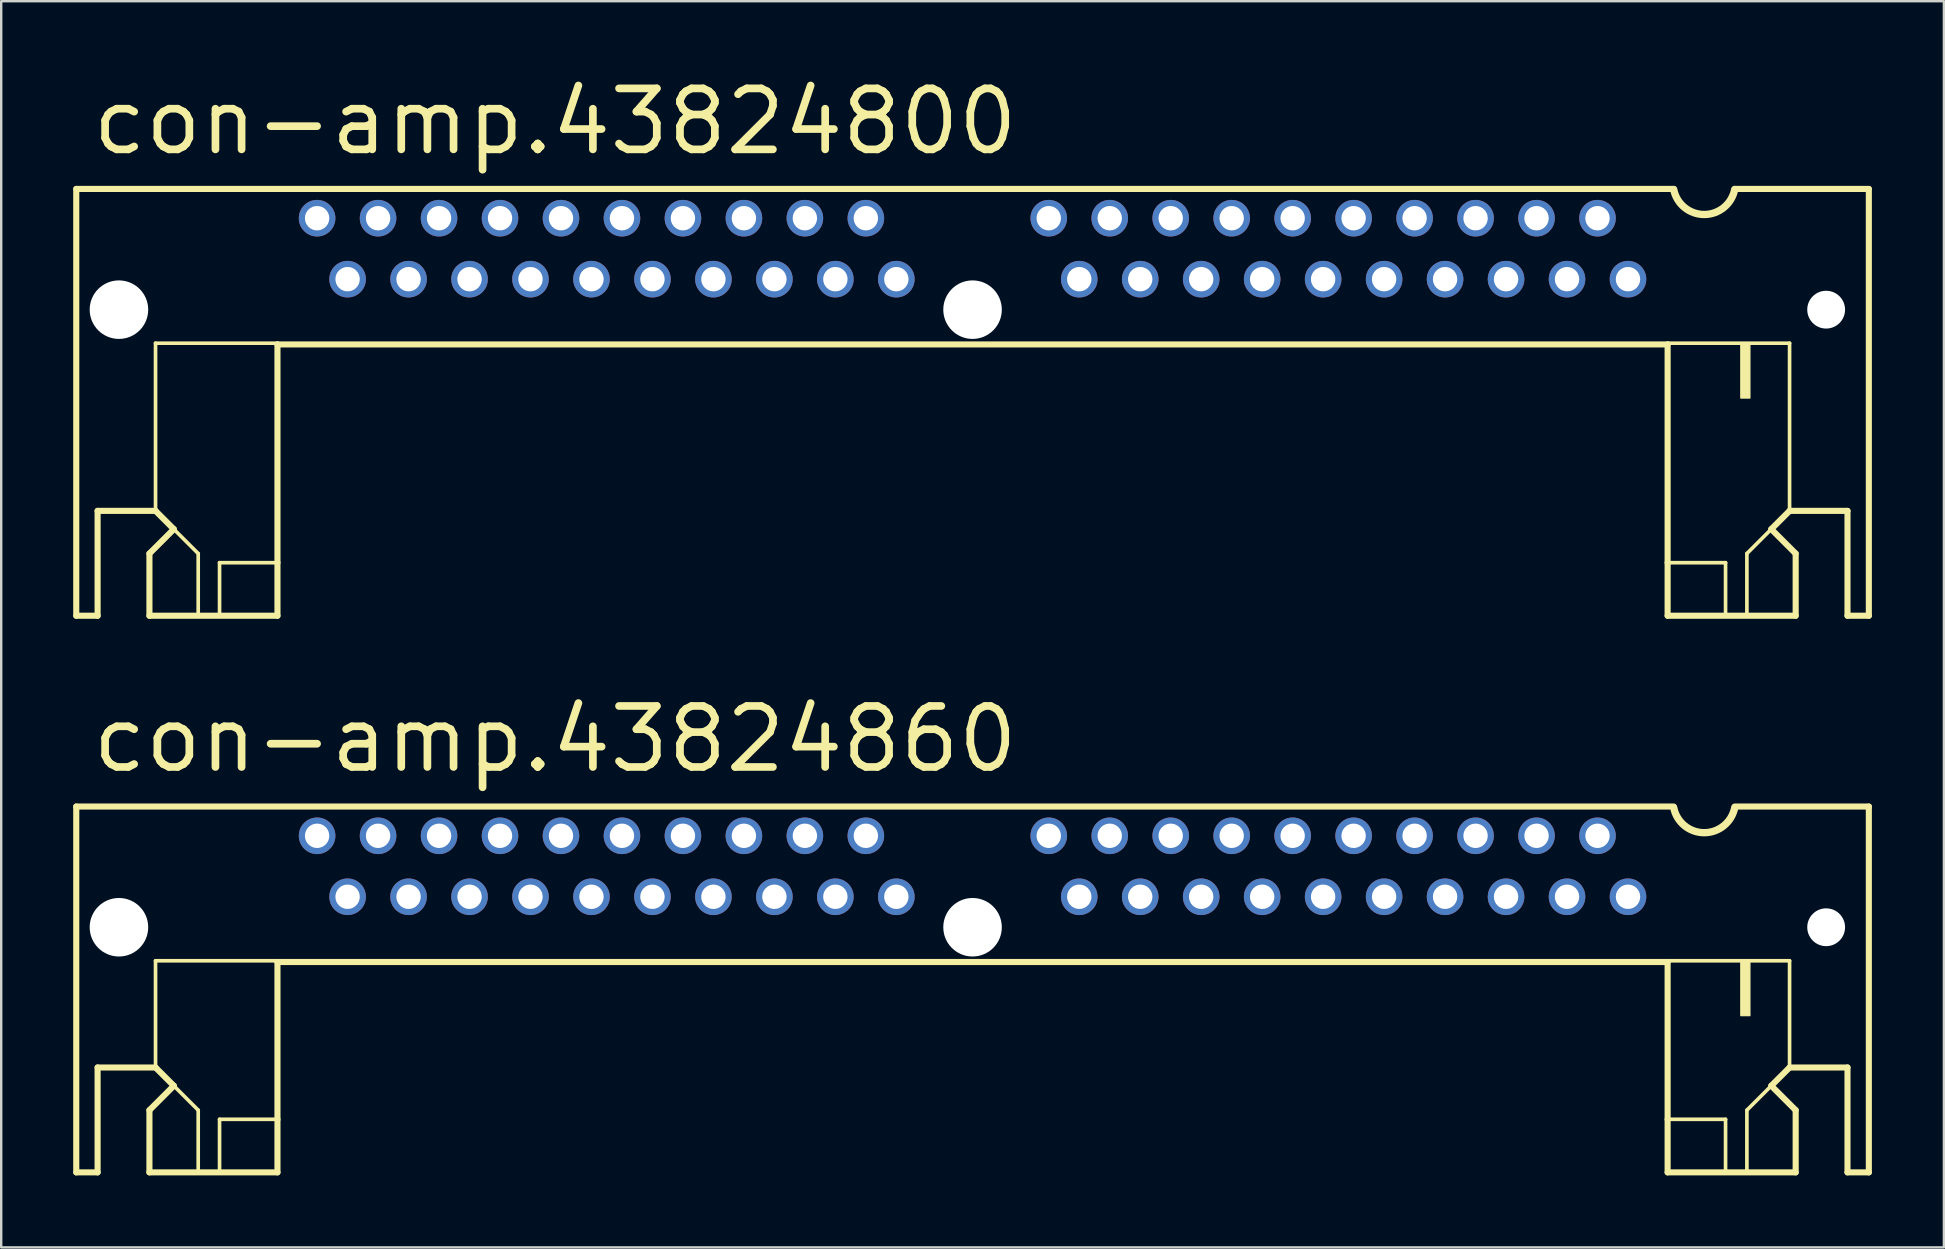
<source format=kicad_pcb>
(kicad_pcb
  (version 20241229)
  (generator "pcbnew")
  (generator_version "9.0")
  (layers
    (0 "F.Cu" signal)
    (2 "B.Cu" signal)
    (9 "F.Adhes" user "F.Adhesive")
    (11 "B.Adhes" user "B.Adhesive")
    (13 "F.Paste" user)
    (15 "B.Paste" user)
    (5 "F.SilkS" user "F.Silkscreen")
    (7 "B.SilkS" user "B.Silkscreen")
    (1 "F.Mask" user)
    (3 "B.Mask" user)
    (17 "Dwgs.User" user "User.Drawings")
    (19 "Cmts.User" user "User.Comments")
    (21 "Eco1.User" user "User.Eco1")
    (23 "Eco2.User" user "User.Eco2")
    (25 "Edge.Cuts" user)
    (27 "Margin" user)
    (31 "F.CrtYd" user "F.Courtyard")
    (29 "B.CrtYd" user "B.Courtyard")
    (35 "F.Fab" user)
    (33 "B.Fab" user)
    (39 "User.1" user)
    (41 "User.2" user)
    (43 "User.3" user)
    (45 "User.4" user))
  (footprint "con-amp.43824800"
    (layer "F.Cu")
    (at 37.465 7.31)
    (property "Reference" "con-amp.43824800" (at -36.83 -3.81 0) (layer "F.SilkS") (effects (font (size 2.54 2.54) (thickness 0.32)) (justify left bottom)))
    (attr through_hole)
    (fp_line (start -37.338 -2.489) (end 29.21 -2.489) (stroke (width 0.254) (type default)) (layer "F.SilkS"))
    (fp_line (start -37.338 15.291) (end -37.338 -2.489) (stroke (width 0.254) (type default)) (layer "F.SilkS"))
    (fp_line (start -36.449 10.922) (end -36.449 15.291) (stroke (width 0.254) (type default)) (layer "F.SilkS"))
    (fp_line (start -36.449 15.291) (end -37.338 15.291) (stroke (width 0.254) (type default)) (layer "F.SilkS"))
    (fp_line (start -34.29 12.7) (end -33.274 11.684) (stroke (width 0.254) (type default)) (layer "F.SilkS"))
    (fp_line (start -34.29 15.291) (end -34.29 12.7) (stroke (width 0.254) (type default)) (layer "F.SilkS"))
    (fp_line (start -34.036 3.937) (end -34.036 10.922) (stroke (width 0.152) (type default)) (layer "F.SilkS"))
    (fp_line (start -34.036 10.922) (end -36.449 10.922) (stroke (width 0.254) (type default)) (layer "F.SilkS"))
    (fp_line (start -33.274 11.684) (end -34.036 10.922) (stroke (width 0.254) (type default)) (layer "F.SilkS"))
    (fp_line (start -33.274 11.684) (end -32.258 12.7) (stroke (width 0.152) (type default)) (layer "F.SilkS"))
    (fp_line (start -32.258 12.7) (end -32.258 15.24) (stroke (width 0.152) (type default)) (layer "F.SilkS"))
    (fp_line (start -31.369 13.081) (end -31.369 15.24) (stroke (width 0.152) (type default)) (layer "F.SilkS"))
    (fp_line (start -31.369 13.081) (end -28.956 13.081) (stroke (width 0.152) (type default)) (layer "F.SilkS"))
    (fp_line (start -28.956 3.937) (end -34.036 3.937) (stroke (width 0.152) (type default)) (layer "F.SilkS"))
    (fp_line (start -28.956 3.988) (end -28.956 13.081) (stroke (width 0.254) (type default)) (layer "F.SilkS"))
    (fp_line (start -28.956 13.081) (end -28.956 15.291) (stroke (width 0.254) (type default)) (layer "F.SilkS"))
    (fp_line (start -28.956 15.291) (end -34.29 15.291) (stroke (width 0.254) (type default)) (layer "F.SilkS"))
    (fp_line (start 28.956 3.937) (end 34.036 3.937) (stroke (width 0.152) (type default)) (layer "F.SilkS"))
    (fp_line (start 28.956 3.988) (end -28.956 3.988) (stroke (width 0.254) (type default)) (layer "F.SilkS"))
    (fp_line (start 28.956 3.988) (end 28.956 13.081) (stroke (width 0.254) (type default)) (layer "F.SilkS"))
    (fp_line (start 28.956 13.081) (end 28.956 15.291) (stroke (width 0.254) (type default)) (layer "F.SilkS"))
    (fp_line (start 28.956 15.291) (end 34.29 15.291) (stroke (width 0.254) (type default)) (layer "F.SilkS"))
    (fp_line (start 31.369 13.081) (end 28.956 13.081) (stroke (width 0.152) (type default)) (layer "F.SilkS"))
    (fp_line (start 31.369 13.081) (end 31.369 15.24) (stroke (width 0.152) (type default)) (layer "F.SilkS"))
    (fp_line (start 31.75 -2.489) (end 37.338 -2.489) (stroke (width 0.254) (type default)) (layer "F.SilkS"))
    (fp_line (start 32.258 12.7) (end 32.258 15.24) (stroke (width 0.152) (type default)) (layer "F.SilkS"))
    (fp_line (start 33.274 11.684) (end 32.258 12.7) (stroke (width 0.152) (type default)) (layer "F.SilkS"))
    (fp_line (start 33.274 11.684) (end 34.036 10.922) (stroke (width 0.254) (type default)) (layer "F.SilkS"))
    (fp_line (start 34.036 3.937) (end 34.036 10.922) (stroke (width 0.152) (type default)) (layer "F.SilkS"))
    (fp_line (start 34.036 10.922) (end 36.449 10.922) (stroke (width 0.254) (type default)) (layer "F.SilkS"))
    (fp_line (start 34.29 12.7) (end 33.274 11.684) (stroke (width 0.254) (type default)) (layer "F.SilkS"))
    (fp_line (start 34.29 15.291) (end 34.29 12.7) (stroke (width 0.254) (type default)) (layer "F.SilkS"))
    (fp_line (start 36.449 10.922) (end 36.449 15.291) (stroke (width 0.254) (type default)) (layer "F.SilkS"))
    (fp_line (start 36.449 15.291) (end 37.338 15.291) (stroke (width 0.254) (type default)) (layer "F.SilkS"))
    (fp_line (start 37.338 15.291) (end 37.338 -2.489) (stroke (width 0.254) (type default)) (layer "F.SilkS"))
    (fp_rect (start 32.004 6.223) (end 32.385 3.937) (stroke (width 0.05) (type default)) (fill yes) (layer "F.SilkS"))
    (fp_arc (start 31.75 -2.465) (mid 30.48 -1.423849) (end 29.21 -2.465) (stroke (width 0.3048) (type default)) (layer "F.SilkS"))
    (pad "" np_thru_hole circle (at -35.56 2.54) (size 2.438 2.438) (drill 2.438) (layers "*.Cu" "*.Mask"))
    (pad "" np_thru_hole circle (at 0 2.54) (size 2.438 2.438) (drill 2.438) (layers "*.Cu" "*.Mask"))
    (pad "" np_thru_hole circle (at 35.56 2.54) (size 1.575 1.575) (drill 1.575) (layers "*.Cu" "*.Mask"))
    (pad "1" thru_hole circle (at 27.305 1.27) (size 1.524 1.524) (drill 1.016) (layers "*.Cu" "*.Mask"))
    (pad "2" thru_hole circle (at 26.035 -1.27) (size 1.524 1.524) (drill 1.016) (layers "*.Cu" "*.Mask"))
    (pad "3" thru_hole circle (at 24.765 1.27) (size 1.524 1.524) (drill 1.016) (layers "*.Cu" "*.Mask"))
    (pad "4" thru_hole circle (at 23.495 -1.27) (size 1.524 1.524) (drill 1.016) (layers "*.Cu" "*.Mask"))
    (pad "5" thru_hole circle (at 22.225 1.27) (size 1.524 1.524) (drill 1.016) (layers "*.Cu" "*.Mask"))
    (pad "6" thru_hole circle (at 20.955 -1.27) (size 1.524 1.524) (drill 1.016) (layers "*.Cu" "*.Mask"))
    (pad "7" thru_hole circle (at 19.685 1.27) (size 1.524 1.524) (drill 1.016) (layers "*.Cu" "*.Mask"))
    (pad "8" thru_hole circle (at 18.415 -1.27) (size 1.524 1.524) (drill 1.016) (layers "*.Cu" "*.Mask"))
    (pad "9" thru_hole circle (at 17.145 1.27) (size 1.524 1.524) (drill 1.016) (layers "*.Cu" "*.Mask"))
    (pad "10" thru_hole circle (at 15.875 -1.27) (size 1.524 1.524) (drill 1.016) (layers "*.Cu" "*.Mask"))
    (pad "11" thru_hole circle (at 14.605 1.27) (size 1.524 1.524) (drill 1.016) (layers "*.Cu" "*.Mask"))
    (pad "12" thru_hole circle (at 13.335 -1.27) (size 1.524 1.524) (drill 1.016) (layers "*.Cu" "*.Mask"))
    (pad "13" thru_hole circle (at 12.065 1.27) (size 1.524 1.524) (drill 1.016) (layers "*.Cu" "*.Mask"))
    (pad "14" thru_hole circle (at 10.795 -1.27) (size 1.524 1.524) (drill 1.016) (layers "*.Cu" "*.Mask"))
    (pad "15" thru_hole circle (at 9.525 1.27) (size 1.524 1.524) (drill 1.016) (layers "*.Cu" "*.Mask"))
    (pad "16" thru_hole circle (at 8.255 -1.27) (size 1.524 1.524) (drill 1.016) (layers "*.Cu" "*.Mask"))
    (pad "17" thru_hole circle (at 6.985 1.27) (size 1.524 1.524) (drill 1.016) (layers "*.Cu" "*.Mask"))
    (pad "18" thru_hole circle (at 5.715 -1.27) (size 1.524 1.524) (drill 1.016) (layers "*.Cu" "*.Mask"))
    (pad "19" thru_hole circle (at 4.445 1.27) (size 1.524 1.524) (drill 1.016) (layers "*.Cu" "*.Mask"))
    (pad "20" thru_hole circle (at 3.175 -1.27) (size 1.524 1.524) (drill 1.016) (layers "*.Cu" "*.Mask"))
    (pad "21" thru_hole circle (at -3.175 1.27) (size 1.524 1.524) (drill 1.016) (layers "*.Cu" "*.Mask"))
    (pad "22" thru_hole circle (at -4.445 -1.27) (size 1.524 1.524) (drill 1.016) (layers "*.Cu" "*.Mask"))
    (pad "23" thru_hole circle (at -5.715 1.27) (size 1.524 1.524) (drill 1.016) (layers "*.Cu" "*.Mask"))
    (pad "24" thru_hole circle (at -6.985 -1.27) (size 1.524 1.524) (drill 1.016) (layers "*.Cu" "*.Mask"))
    (pad "25" thru_hole circle (at -8.255 1.27) (size 1.524 1.524) (drill 1.016) (layers "*.Cu" "*.Mask"))
    (pad "26" thru_hole circle (at -9.525 -1.27) (size 1.524 1.524) (drill 1.016) (layers "*.Cu" "*.Mask"))
    (pad "27" thru_hole circle (at -10.795 1.27) (size 1.524 1.524) (drill 1.016) (layers "*.Cu" "*.Mask"))
    (pad "28" thru_hole circle (at -12.065 -1.27) (size 1.524 1.524) (drill 1.016) (layers "*.Cu" "*.Mask"))
    (pad "29" thru_hole circle (at -13.335 1.27) (size 1.524 1.524) (drill 1.016) (layers "*.Cu" "*.Mask"))
    (pad "30" thru_hole circle (at -14.605 -1.27) (size 1.524 1.524) (drill 1.016) (layers "*.Cu" "*.Mask"))
    (pad "31" thru_hole circle (at -15.875 1.27) (size 1.524 1.524) (drill 1.016) (layers "*.Cu" "*.Mask"))
    (pad "32" thru_hole circle (at -17.145 -1.27) (size 1.524 1.524) (drill 1.016) (layers "*.Cu" "*.Mask"))
    (pad "33" thru_hole circle (at -18.415 1.27) (size 1.524 1.524) (drill 1.016) (layers "*.Cu" "*.Mask"))
    (pad "34" thru_hole circle (at -19.685 -1.27) (size 1.524 1.524) (drill 1.016) (layers "*.Cu" "*.Mask"))
    (pad "35" thru_hole circle (at -20.955 1.27) (size 1.524 1.524) (drill 1.016) (layers "*.Cu" "*.Mask"))
    (pad "36" thru_hole circle (at -22.225 -1.27) (size 1.524 1.524) (drill 1.016) (layers "*.Cu" "*.Mask"))
    (pad "37" thru_hole circle (at -23.495 1.27) (size 1.524 1.524) (drill 1.016) (layers "*.Cu" "*.Mask"))
    (pad "38" thru_hole circle (at -24.765 -1.27) (size 1.524 1.524) (drill 1.016) (layers "*.Cu" "*.Mask"))
    (pad "39" thru_hole circle (at -26.035 1.27) (size 1.524 1.524) (drill 1.016) (layers "*.Cu" "*.Mask"))
    (pad "40" thru_hole circle (at -27.305 -1.27) (size 1.524 1.524) (drill 1.016) (layers "*.Cu" "*.Mask")))
  (footprint "con-amp.43824860"
    (layer "F.Cu")
    (at 37.465 33.038)
    (property "Reference" "con-amp.43824860" (at -36.83 -3.81 0) (layer "F.SilkS") (effects (font (size 2.54 2.54) (thickness 0.32)) (justify left bottom)))
    (attr through_hole)
    (fp_line (start -37.338 -2.489) (end 29.21 -2.489) (stroke (width 0.254) (type default)) (layer "F.SilkS"))
    (fp_line (start -37.338 12.751) (end -37.338 -2.489) (stroke (width 0.254) (type default)) (layer "F.SilkS"))
    (fp_line (start -36.449 8.382) (end -36.449 12.751) (stroke (width 0.254) (type default)) (layer "F.SilkS"))
    (fp_line (start -36.449 12.751) (end -37.338 12.751) (stroke (width 0.254) (type default)) (layer "F.SilkS"))
    (fp_line (start -34.29 10.16) (end -33.274 9.144) (stroke (width 0.254) (type default)) (layer "F.SilkS"))
    (fp_line (start -34.29 12.751) (end -34.29 10.16) (stroke (width 0.254) (type default)) (layer "F.SilkS"))
    (fp_line (start -34.036 3.937) (end -34.036 8.382) (stroke (width 0.152) (type default)) (layer "F.SilkS"))
    (fp_line (start -34.036 8.382) (end -36.449 8.382) (stroke (width 0.254) (type default)) (layer "F.SilkS"))
    (fp_line (start -33.274 9.144) (end -34.036 8.382) (stroke (width 0.254) (type default)) (layer "F.SilkS"))
    (fp_line (start -33.274 9.144) (end -32.258 10.16) (stroke (width 0.152) (type default)) (layer "F.SilkS"))
    (fp_line (start -32.258 10.16) (end -32.258 12.7) (stroke (width 0.152) (type default)) (layer "F.SilkS"))
    (fp_line (start -31.369 10.541) (end -31.369 12.7) (stroke (width 0.152) (type default)) (layer "F.SilkS"))
    (fp_line (start -31.369 10.541) (end -28.956 10.541) (stroke (width 0.152) (type default)) (layer "F.SilkS"))
    (fp_line (start -28.956 3.937) (end -34.036 3.937) (stroke (width 0.152) (type default)) (layer "F.SilkS"))
    (fp_line (start -28.956 3.988) (end -28.956 10.541) (stroke (width 0.254) (type default)) (layer "F.SilkS"))
    (fp_line (start -28.956 10.541) (end -28.956 12.751) (stroke (width 0.254) (type default)) (layer "F.SilkS"))
    (fp_line (start -28.956 12.751) (end -34.29 12.751) (stroke (width 0.254) (type default)) (layer "F.SilkS"))
    (fp_line (start 28.956 3.937) (end 34.036 3.937) (stroke (width 0.152) (type default)) (layer "F.SilkS"))
    (fp_line (start 28.956 3.988) (end -28.956 3.988) (stroke (width 0.254) (type default)) (layer "F.SilkS"))
    (fp_line (start 28.956 3.988) (end 28.956 10.541) (stroke (width 0.254) (type default)) (layer "F.SilkS"))
    (fp_line (start 28.956 10.541) (end 28.956 12.751) (stroke (width 0.254) (type default)) (layer "F.SilkS"))
    (fp_line (start 28.956 12.751) (end 34.29 12.751) (stroke (width 0.254) (type default)) (layer "F.SilkS"))
    (fp_line (start 31.369 10.541) (end 28.956 10.541) (stroke (width 0.152) (type default)) (layer "F.SilkS"))
    (fp_line (start 31.369 10.541) (end 31.369 12.7) (stroke (width 0.152) (type default)) (layer "F.SilkS"))
    (fp_line (start 31.75 -2.489) (end 37.338 -2.489) (stroke (width 0.254) (type default)) (layer "F.SilkS"))
    (fp_line (start 32.258 10.16) (end 32.258 12.7) (stroke (width 0.152) (type default)) (layer "F.SilkS"))
    (fp_line (start 33.274 9.144) (end 32.258 10.16) (stroke (width 0.152) (type default)) (layer "F.SilkS"))
    (fp_line (start 33.274 9.144) (end 34.036 8.382) (stroke (width 0.254) (type default)) (layer "F.SilkS"))
    (fp_line (start 34.036 3.937) (end 34.036 8.382) (stroke (width 0.152) (type default)) (layer "F.SilkS"))
    (fp_line (start 34.036 8.382) (end 36.449 8.382) (stroke (width 0.254) (type default)) (layer "F.SilkS"))
    (fp_line (start 34.29 10.16) (end 33.274 9.144) (stroke (width 0.254) (type default)) (layer "F.SilkS"))
    (fp_line (start 34.29 12.751) (end 34.29 10.16) (stroke (width 0.254) (type default)) (layer "F.SilkS"))
    (fp_line (start 36.449 8.382) (end 36.449 12.751) (stroke (width 0.254) (type default)) (layer "F.SilkS"))
    (fp_line (start 36.449 12.751) (end 37.338 12.751) (stroke (width 0.254) (type default)) (layer "F.SilkS"))
    (fp_line (start 37.338 12.751) (end 37.338 -2.489) (stroke (width 0.254) (type default)) (layer "F.SilkS"))
    (fp_rect (start 32.004 6.223) (end 32.385 3.937) (stroke (width 0.05) (type default)) (fill yes) (layer "F.SilkS"))
    (fp_arc (start 31.75 -2.44) (mid 30.48 -1.398849) (end 29.21 -2.44) (stroke (width 0.3048) (type default)) (layer "F.SilkS"))
    (pad "" np_thru_hole circle (at -35.56 2.54) (size 2.438 2.438) (drill 2.438) (layers "*.Cu" "*.Mask"))
    (pad "" np_thru_hole circle (at 0 2.54) (size 2.438 2.438) (drill 2.438) (layers "*.Cu" "*.Mask"))
    (pad "" np_thru_hole circle (at 35.56 2.54) (size 1.575 1.575) (drill 1.575) (layers "*.Cu" "*.Mask"))
    (pad "1" thru_hole circle (at 27.305 1.27) (size 1.524 1.524) (drill 1.016) (layers "*.Cu" "*.Mask"))
    (pad "2" thru_hole circle (at 26.035 -1.27) (size 1.524 1.524) (drill 1.016) (layers "*.Cu" "*.Mask"))
    (pad "3" thru_hole circle (at 24.765 1.27) (size 1.524 1.524) (drill 1.016) (layers "*.Cu" "*.Mask"))
    (pad "4" thru_hole circle (at 23.495 -1.27) (size 1.524 1.524) (drill 1.016) (layers "*.Cu" "*.Mask"))
    (pad "5" thru_hole circle (at 22.225 1.27) (size 1.524 1.524) (drill 1.016) (layers "*.Cu" "*.Mask"))
    (pad "6" thru_hole circle (at 20.955 -1.27) (size 1.524 1.524) (drill 1.016) (layers "*.Cu" "*.Mask"))
    (pad "7" thru_hole circle (at 19.685 1.27) (size 1.524 1.524) (drill 1.016) (layers "*.Cu" "*.Mask"))
    (pad "8" thru_hole circle (at 18.415 -1.27) (size 1.524 1.524) (drill 1.016) (layers "*.Cu" "*.Mask"))
    (pad "9" thru_hole circle (at 17.145 1.27) (size 1.524 1.524) (drill 1.016) (layers "*.Cu" "*.Mask"))
    (pad "10" thru_hole circle (at 15.875 -1.27) (size 1.524 1.524) (drill 1.016) (layers "*.Cu" "*.Mask"))
    (pad "11" thru_hole circle (at 14.605 1.27) (size 1.524 1.524) (drill 1.016) (layers "*.Cu" "*.Mask"))
    (pad "12" thru_hole circle (at 13.335 -1.27) (size 1.524 1.524) (drill 1.016) (layers "*.Cu" "*.Mask"))
    (pad "13" thru_hole circle (at 12.065 1.27) (size 1.524 1.524) (drill 1.016) (layers "*.Cu" "*.Mask"))
    (pad "14" thru_hole circle (at 10.795 -1.27) (size 1.524 1.524) (drill 1.016) (layers "*.Cu" "*.Mask"))
    (pad "15" thru_hole circle (at 9.525 1.27) (size 1.524 1.524) (drill 1.016) (layers "*.Cu" "*.Mask"))
    (pad "16" thru_hole circle (at 8.255 -1.27) (size 1.524 1.524) (drill 1.016) (layers "*.Cu" "*.Mask"))
    (pad "17" thru_hole circle (at 6.985 1.27) (size 1.524 1.524) (drill 1.016) (layers "*.Cu" "*.Mask"))
    (pad "18" thru_hole circle (at 5.715 -1.27) (size 1.524 1.524) (drill 1.016) (layers "*.Cu" "*.Mask"))
    (pad "19" thru_hole circle (at 4.445 1.27) (size 1.524 1.524) (drill 1.016) (layers "*.Cu" "*.Mask"))
    (pad "20" thru_hole circle (at 3.175 -1.27) (size 1.524 1.524) (drill 1.016) (layers "*.Cu" "*.Mask"))
    (pad "21" thru_hole circle (at -3.175 1.27) (size 1.524 1.524) (drill 1.016) (layers "*.Cu" "*.Mask"))
    (pad "22" thru_hole circle (at -4.445 -1.27) (size 1.524 1.524) (drill 1.016) (layers "*.Cu" "*.Mask"))
    (pad "23" thru_hole circle (at -5.715 1.27) (size 1.524 1.524) (drill 1.016) (layers "*.Cu" "*.Mask"))
    (pad "24" thru_hole circle (at -6.985 -1.27) (size 1.524 1.524) (drill 1.016) (layers "*.Cu" "*.Mask"))
    (pad "25" thru_hole circle (at -8.255 1.27) (size 1.524 1.524) (drill 1.016) (layers "*.Cu" "*.Mask"))
    (pad "26" thru_hole circle (at -9.525 -1.27) (size 1.524 1.524) (drill 1.016) (layers "*.Cu" "*.Mask"))
    (pad "27" thru_hole circle (at -10.795 1.27) (size 1.524 1.524) (drill 1.016) (layers "*.Cu" "*.Mask"))
    (pad "28" thru_hole circle (at -12.065 -1.27) (size 1.524 1.524) (drill 1.016) (layers "*.Cu" "*.Mask"))
    (pad "29" thru_hole circle (at -13.335 1.27) (size 1.524 1.524) (drill 1.016) (layers "*.Cu" "*.Mask"))
    (pad "30" thru_hole circle (at -14.605 -1.27) (size 1.524 1.524) (drill 1.016) (layers "*.Cu" "*.Mask"))
    (pad "31" thru_hole circle (at -15.875 1.27) (size 1.524 1.524) (drill 1.016) (layers "*.Cu" "*.Mask"))
    (pad "32" thru_hole circle (at -17.145 -1.27) (size 1.524 1.524) (drill 1.016) (layers "*.Cu" "*.Mask"))
    (pad "33" thru_hole circle (at -18.415 1.27) (size 1.524 1.524) (drill 1.016) (layers "*.Cu" "*.Mask"))
    (pad "34" thru_hole circle (at -19.685 -1.27) (size 1.524 1.524) (drill 1.016) (layers "*.Cu" "*.Mask"))
    (pad "35" thru_hole circle (at -20.955 1.27) (size 1.524 1.524) (drill 1.016) (layers "*.Cu" "*.Mask"))
    (pad "36" thru_hole circle (at -22.225 -1.27) (size 1.524 1.524) (drill 1.016) (layers "*.Cu" "*.Mask"))
    (pad "37" thru_hole circle (at -23.495 1.27) (size 1.524 1.524) (drill 1.016) (layers "*.Cu" "*.Mask"))
    (pad "38" thru_hole circle (at -24.765 -1.27) (size 1.524 1.524) (drill 1.016) (layers "*.Cu" "*.Mask"))
    (pad "39" thru_hole circle (at -26.035 1.27) (size 1.524 1.524) (drill 1.016) (layers "*.Cu" "*.Mask"))
    (pad "40" thru_hole circle (at -27.305 -1.27) (size 1.524 1.524) (drill 1.016) (layers "*.Cu" "*.Mask")))
  (gr_rect
    (start -3 -3)
    (end 77.93 48.916)
    (stroke (width 0.1) (type default))
    (fill no)
    (layer "Edge.Cuts")))
</source>
